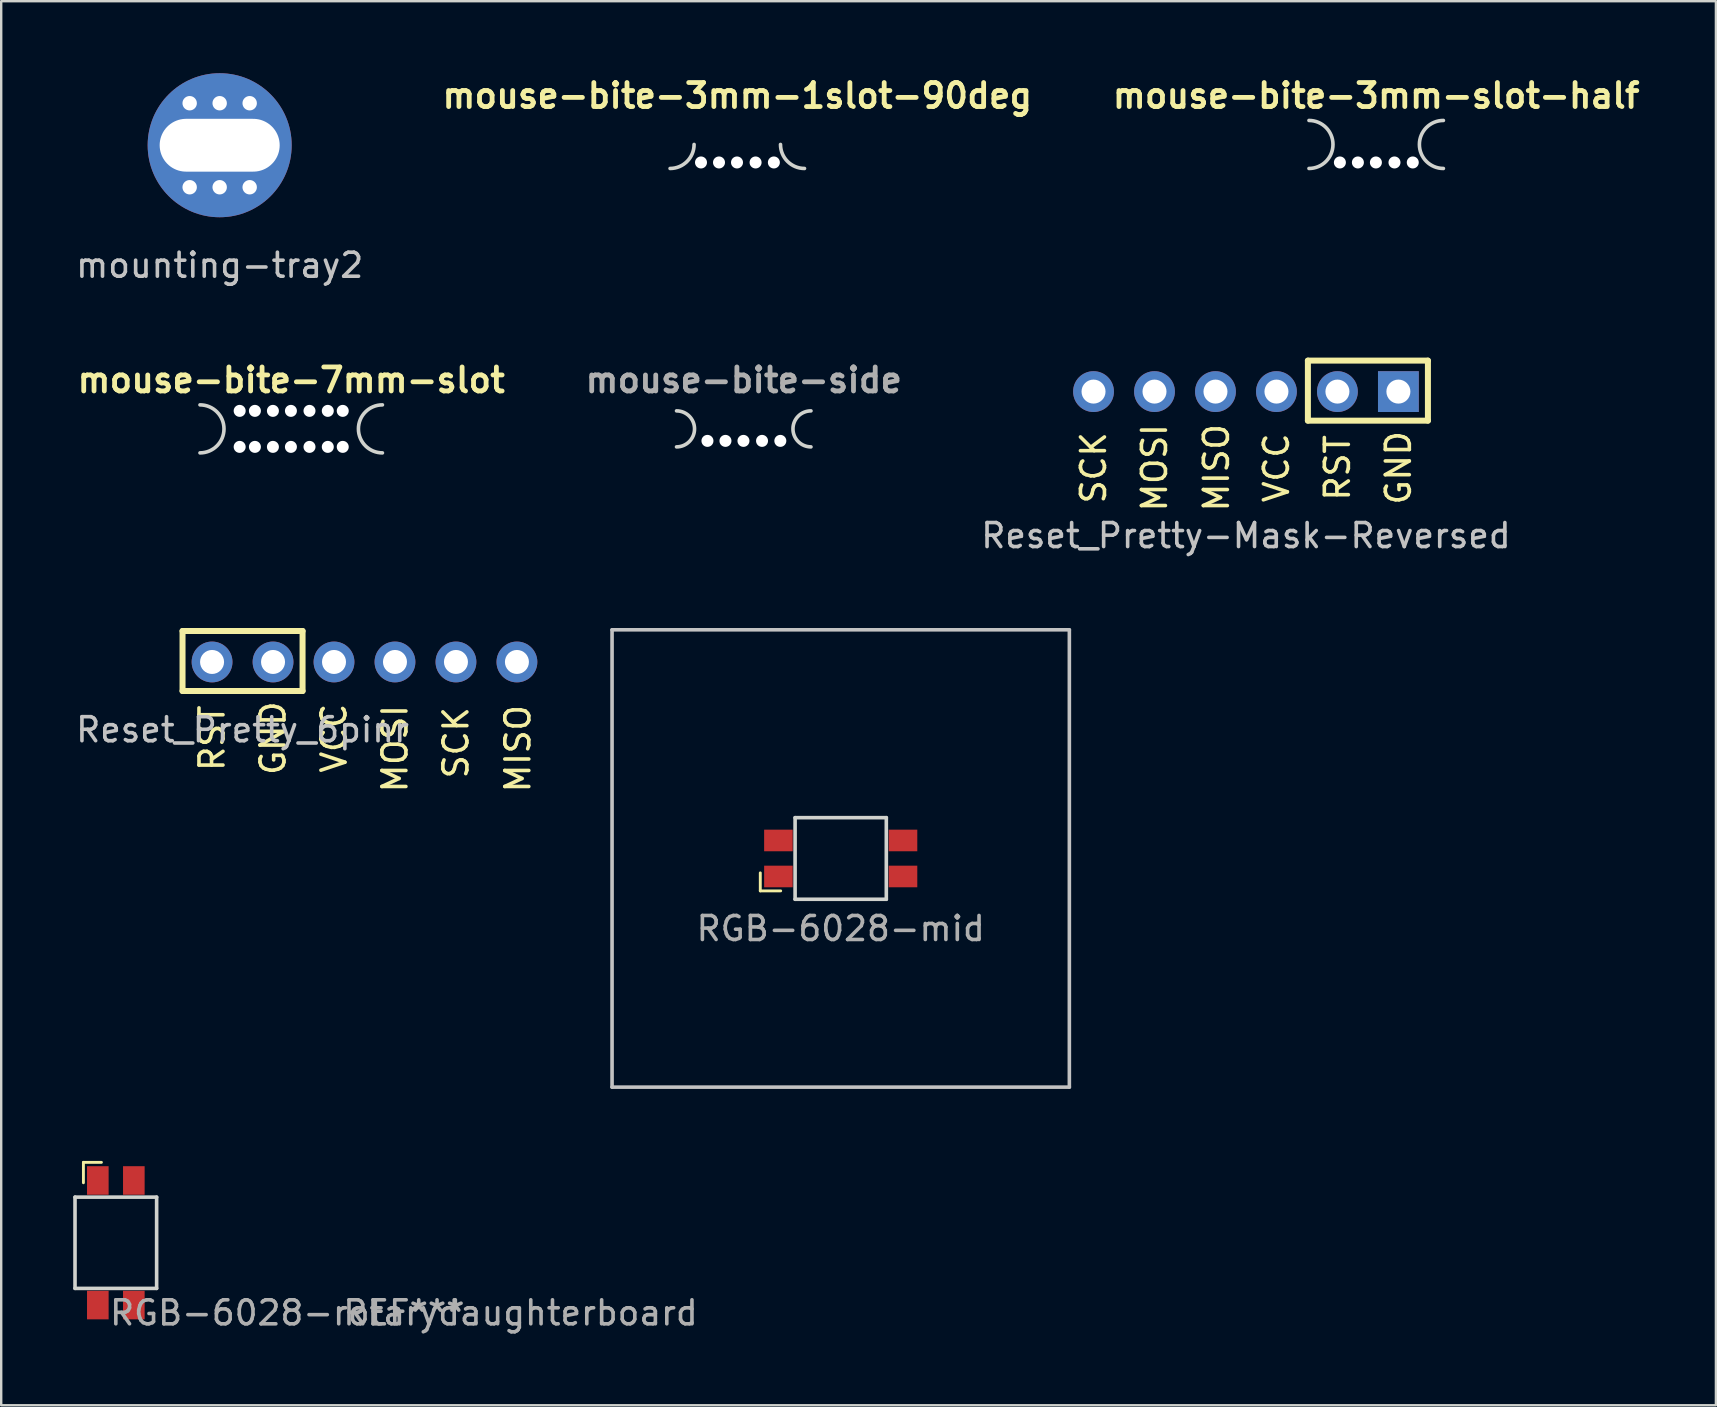
<source format=kicad_pcb>
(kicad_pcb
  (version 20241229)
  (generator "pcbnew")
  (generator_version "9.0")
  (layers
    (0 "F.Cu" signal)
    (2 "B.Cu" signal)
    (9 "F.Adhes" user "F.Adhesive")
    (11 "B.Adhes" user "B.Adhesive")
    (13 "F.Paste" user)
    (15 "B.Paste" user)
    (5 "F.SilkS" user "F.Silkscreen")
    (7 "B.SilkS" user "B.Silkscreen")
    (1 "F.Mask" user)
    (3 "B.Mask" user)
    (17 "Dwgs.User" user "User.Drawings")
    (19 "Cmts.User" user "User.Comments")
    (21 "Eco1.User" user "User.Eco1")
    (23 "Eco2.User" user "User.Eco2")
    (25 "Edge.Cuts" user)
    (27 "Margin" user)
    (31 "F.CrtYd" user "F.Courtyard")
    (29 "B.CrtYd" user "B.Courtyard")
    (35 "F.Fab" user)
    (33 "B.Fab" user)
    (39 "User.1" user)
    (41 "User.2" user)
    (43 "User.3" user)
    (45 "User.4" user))
  (footprint "Reset_Pretty-Mask-Reversed"
    (layer "F.Cu")
    (at 48.854 13.263)
    (property "Reference" "Reset_Pretty-Mask-Reversed" (at 0 6 0) (layer "Dwgs.User") (effects (font (size 1 1) (thickness 0.15))))
    (attr exclude_from_pos_files exclude_from_bom)
    (fp_line (start 2.58 -1.29) (end 7.58 -1.29) (stroke (width 0.25) (type solid)) (layer "F.SilkS"))
    (fp_line (start 2.58 1.21) (end 2.58 -1.29) (stroke (width 0.25) (type solid)) (layer "F.SilkS"))
    (fp_line (start 7.58 -1.29) (end 7.58 1.21) (stroke (width 0.25) (type solid)) (layer "F.SilkS"))
    (fp_line (start 7.58 1.21) (end 2.58 1.21) (stroke (width 0.25) (type solid)) (layer "F.SilkS"))
    (fp_text user "MOSI" (at -3.81 3.175 90) (layer "F.SilkS") (effects (font (size 1 1) (thickness 0.15))))
    (fp_text user "SCK" (at -6.35 3.175 90) (layer "F.SilkS") (effects (font (size 1 1) (thickness 0.15))))
    (fp_text user "GND" (at 6.35 3.175 90) (layer "F.SilkS") (effects (font (size 1 1) (thickness 0.15))))
    (fp_text user "VCC" (at 1.27 3.175 270) (layer "F.SilkS") (effects (font (size 1 1) (thickness 0.15))))
    (fp_text user "MISO" (at -1.23 3.175 90) (layer "F.SilkS") (effects (font (size 1 1) (thickness 0.15))))
    (fp_text user "RST" (at 3.81 3.175 90) (layer "F.SilkS") (effects (font (size 1 1) (thickness 0.15))))
    (pad "1" thru_hole circle (at -1.27 0 90) (size 1.7 1.7) (drill 1) (layers "*.Cu" "F.Mask"))
    (pad "2" thru_hole circle (at 1.27 0 270) (size 1.7 1.7) (drill 1) (layers "*.Cu" "F.Mask"))
    (pad "3" thru_hole circle (at -6.35 0 90) (size 1.7 1.7) (drill 1) (layers "*.Cu" "F.Mask"))
    (pad "4" thru_hole circle (at -3.81 0) (size 1.7 1.7) (drill 1) (layers "*.Cu" "F.Mask"))
    (pad "5" thru_hole circle (at 3.81 0) (size 1.7 1.7) (drill 1) (layers "*.Cu" "F.Mask"))
    (pad "6" thru_hole rect (at 6.35 0) (size 1.7 1.7) (drill 1) (layers "*.Cu" "F.Mask")))
  (footprint "mouse-bite-3mm-1slot-90deg"
    (layer "F.Cu")
    (at 27.664 2.968)
    (property "Reference" "mouse-bite-3mm-1slot-90deg" (at 0 -2.032 0) (layer "F.SilkS") (effects (font (size 1 1) (thickness 0.2))))
    (attr through_hole)
    (fp_arc (start -1.8 0) (mid -2.092893 0.707107) (end -2.8 1) (stroke (width 0.15) (type solid)) (layer "Edge.Cuts"))
    (fp_arc (start 2.8 1) (mid 2.092893 0.707107) (end 1.8 0) (stroke (width 0.15) (type solid)) (layer "Edge.Cuts"))
    (pad "" np_thru_hole circle (at -1.512 0.75) (size 0.5 0.5) (drill 0.5) (layers "*.Cu" "*.Mask"))
    (pad "" np_thru_hole circle (at -0.762 0.75) (size 0.5 0.5) (drill 0.5) (layers "*.Cu" "*.Mask"))
    (pad "" np_thru_hole circle (at -0.012 0.75) (size 0.5 0.5) (drill 0.5) (layers "*.Cu" "*.Mask"))
    (pad "" np_thru_hole circle (at 0.762 0.75) (size 0.5 0.5) (drill 0.5) (layers "*.Cu" "*.Mask"))
    (pad "" np_thru_hole circle (at 1.524 0.75) (size 0.5 0.5) (drill 0.5) (layers "*.Cu" "*.Mask")))
  (footprint "mouse-bite-7mm-slot"
    (layer "F.Cu")
    (at 9.081 14.816)
    (property "Reference" "mouse-bite-7mm-slot" (at 0 -2.032 0) (layer "F.SilkS") (effects (font (size 1 1) (thickness 0.2))))
    (attr through_hole)
    (fp_arc (start -3.8 -1) (mid -2.8 0) (end -3.8 1) (stroke (width 0.15) (type solid)) (layer "Edge.Cuts"))
    (fp_arc (start 3.8 1) (mid 2.8 0) (end 3.8 -1) (stroke (width 0.15) (type solid)) (layer "Edge.Cuts"))
    (pad "" np_thru_hole circle (at -2.147 -0.75) (size 0.5 0.5) (drill 0.5) (layers "*.Cu" "*.Mask"))
    (pad "" np_thru_hole circle (at -2.147 0.75) (size 0.5 0.5) (drill 0.5) (layers "*.Cu" "*.Mask"))
    (pad "" np_thru_hole circle (at -1.512 -0.75) (size 0.5 0.5) (drill 0.5) (layers "*.Cu" "*.Mask"))
    (pad "" np_thru_hole circle (at -1.512 0.75) (size 0.5 0.5) (drill 0.5) (layers "*.Cu" "*.Mask"))
    (pad "" np_thru_hole circle (at -0.762 -0.75) (size 0.5 0.5) (drill 0.5) (layers "*.Cu" "*.Mask"))
    (pad "" np_thru_hole circle (at -0.762 0.75) (size 0.5 0.5) (drill 0.5) (layers "*.Cu" "*.Mask"))
    (pad "" np_thru_hole circle (at -0.012 -0.75) (size 0.5 0.5) (drill 0.5) (layers "*.Cu" "*.Mask"))
    (pad "" np_thru_hole circle (at -0.012 0.75) (size 0.5 0.5) (drill 0.5) (layers "*.Cu" "*.Mask"))
    (pad "" np_thru_hole circle (at 0.762 -0.75) (size 0.5 0.5) (drill 0.5) (layers "*.Cu" "*.Mask"))
    (pad "" np_thru_hole circle (at 0.762 0.75) (size 0.5 0.5) (drill 0.5) (layers "*.Cu" "*.Mask"))
    (pad "" np_thru_hole circle (at 1.524 -0.75) (size 0.5 0.5) (drill 0.5) (layers "*.Cu" "*.Mask"))
    (pad "" np_thru_hole circle (at 1.524 0.75) (size 0.5 0.5) (drill 0.5) (layers "*.Cu" "*.Mask"))
    (pad "" np_thru_hole circle (at 2.147 -0.75 180) (size 0.5 0.5) (drill 0.5) (layers "*.Cu" "*.Mask"))
    (pad "" np_thru_hole circle (at 2.147 0.75 180) (size 0.5 0.5) (drill 0.5) (layers "*.Cu" "*.Mask")))
  (footprint "mouse-bite-3mm-slot-half"
    (layer "F.Cu")
    (at 54.279 2.968)
    (property "Reference" "mouse-bite-3mm-slot-half" (at 0 -2.032 0) (layer "F.SilkS") (effects (font (size 1 1) (thickness 0.2))))
    (attr through_hole)
    (fp_arc (start -2.8 -1) (mid -1.8 0) (end -2.8 1) (stroke (width 0.15) (type solid)) (layer "Edge.Cuts"))
    (fp_arc (start 2.8 1) (mid 1.8 0) (end 2.8 -1) (stroke (width 0.15) (type solid)) (layer "Edge.Cuts"))
    (pad "" np_thru_hole circle (at -1.512 0.75) (size 0.5 0.5) (drill 0.5) (layers "*.Cu" "*.Mask"))
    (pad "" np_thru_hole circle (at -0.762 0.75) (size 0.5 0.5) (drill 0.5) (layers "*.Cu" "*.Mask"))
    (pad "" np_thru_hole circle (at -0.012 0.75) (size 0.5 0.5) (drill 0.5) (layers "*.Cu" "*.Mask"))
    (pad "" np_thru_hole circle (at 0.762 0.75) (size 0.5 0.5) (drill 0.5) (layers "*.Cu" "*.Mask"))
    (pad "" np_thru_hole circle (at 1.524 0.75) (size 0.5 0.5) (drill 0.5) (layers "*.Cu" "*.Mask")))
  (footprint "RGB-6028-mid"
    (layer "F.Cu")
    (at 31.972 32.712)
    (property "Reference" "RGB-6028-mid" (at 0 2.92 180) (layer "F.Fab") (effects (font (size 1 1) (thickness 0.15))))
    (attr smd)
    (fp_line (start -3.35 1.35) (end -3.35 0.6) (stroke (width 0.12) (type solid)) (layer "F.SilkS"))
    (fp_line (start -2.5 1.35) (end -3.35 1.35) (stroke (width 0.12) (type solid)) (layer "F.SilkS"))
    (fp_line (start -9.525 -9.525) (end 9.525 -9.525) (stroke (width 0.15) (type solid)) (layer "Dwgs.User"))
    (fp_line (start -9.525 9.525) (end -9.525 -9.525) (stroke (width 0.15) (type solid)) (layer "Dwgs.User"))
    (fp_line (start 9.525 -9.525) (end 9.525 9.525) (stroke (width 0.15) (type solid)) (layer "Dwgs.User"))
    (fp_line (start 9.525 9.525) (end -9.525 9.525) (stroke (width 0.15) (type solid)) (layer "Dwgs.User"))
    (fp_line (start -1.9 -1.7) (end -1.9 1.7) (stroke (width 0.15) (type solid)) (layer "Edge.Cuts"))
    (fp_line (start 1.9 -1.7) (end -1.9 -1.7) (stroke (width 0.15) (type solid)) (layer "Edge.Cuts"))
    (fp_line (start 1.9 -1.7) (end 1.9 1.7) (stroke (width 0.15) (type solid)) (layer "Edge.Cuts"))
    (fp_line (start 1.9 1.7) (end -1.9 1.7) (stroke (width 0.15) (type solid)) (layer "Edge.Cuts"))
    (pad "1" smd rect (at 2.595 -0.75) (size 1.19 0.9) (layers "F.Cu" "F.Mask" "F.Paste"))
    (pad "2" smd rect (at 2.595 0.75) (size 1.19 0.9) (layers "F.Cu" "F.Mask" "F.Paste"))
    (pad "3" smd rect (at -2.595 0.75) (size 1.19 0.9) (layers "F.Cu" "F.Mask" "F.Paste"))
    (pad "4" smd rect (at -2.595 -0.75) (size 1.19 0.9) (layers "F.Cu" "F.Mask" "F.Paste")))
  (footprint "mouse-bite-side"
    (layer "F.Cu")
    (at 27.933 14.816)
    (property "Reference" "mouse-bite-side" (at 0 -2.032 0) (layer "F.Fab") (effects (font (size 1 1) (thickness 0.2))))
    (attr through_hole)
    (fp_arc (start -2.8 -0.75) (mid -2.05 0) (end -2.8 0.75) (stroke (width 0.15) (type solid)) (layer "Edge.Cuts"))
    (fp_arc (start 2.8 0.75) (mid 2.05 0) (end 2.8 -0.75) (stroke (width 0.15) (type solid)) (layer "Edge.Cuts"))
    (pad "" np_thru_hole circle (at -1.512 0.5) (size 0.5 0.5) (drill 0.5) (layers "*.Cu" "*.Mask"))
    (pad "" np_thru_hole circle (at -0.762 0.5) (size 0.5 0.5) (drill 0.5) (layers "*.Cu" "*.Mask"))
    (pad "" np_thru_hole circle (at -0.012 0.5) (size 0.5 0.5) (drill 0.5) (layers "*.Cu" "*.Mask"))
    (pad "" np_thru_hole circle (at 0.762 0.5) (size 0.5 0.5) (drill 0.5) (layers "*.Cu" "*.Mask"))
    (pad "" np_thru_hole circle (at 1.524 0.5) (size 0.5 0.5) (drill 0.5) (layers "*.Cu" "*.Mask")))
  (footprint "RGB-6028-rotarydaughterboard"
    (layer "F.Cu")
    (at 13.775 48.721)
    (property "Reference" "RGB-6028-rotarydaughterboard" (at 0 2.92 180) (layer "F.Fab") (effects (font (size 1 1) (thickness 0.15))))
    (attr smd)
    (fp_line (start -13.35 -3.35) (end -12.6 -3.35) (stroke (width 0.12) (type solid)) (layer "F.SilkS"))
    (fp_line (start -13.35 -2.5) (end -13.35 -3.35) (stroke (width 0.12) (type solid)) (layer "F.SilkS"))
    (fp_line (start -13.7 1.9) (end -13.7 -1.9) (stroke (width 0.15) (type solid)) (layer "Edge.Cuts"))
    (fp_line (start -10.3 -1.9) (end -13.7 -1.9) (stroke (width 0.15) (type solid)) (layer "Edge.Cuts"))
    (fp_line (start -10.3 1.9) (end -13.7 1.9) (stroke (width 0.15) (type solid)) (layer "Edge.Cuts"))
    (fp_line (start -10.3 1.9) (end -10.3 -1.9) (stroke (width 0.15) (type solid)) (layer "Edge.Cuts"))
    (fp_text user "REF***" (at 0 2.92 180) (layer "F.Fab") (effects (font (size 1 1) (thickness 0.15))))
    (pad "1" smd rect (at -11.25 2.595 270) (size 1.19 0.9) (layers "F.Cu" "F.Mask" "F.Paste"))
    (pad "2" smd rect (at -12.75 2.595 270) (size 1.19 0.9) (layers "F.Cu" "F.Mask" "F.Paste"))
    (pad "3" smd rect (at -12.75 -2.595 270) (size 1.19 0.9) (layers "F.Cu" "F.Mask" "F.Paste"))
    (pad "4" smd rect (at -11.25 -2.595 270) (size 1.19 0.9) (layers "F.Cu" "F.Mask" "F.Paste")))
  (footprint "Reset_Pretty_6pinr"
    (layer "F.Cu")
    (at 12.134 24.526)
    (property "Reference" "Reset_Pretty_6pinr" (at -5.08 2.825 0) (layer "Dwgs.User") (effects (font (size 1 1) (thickness 0.15))))
    (attr exclude_from_pos_files exclude_from_bom)
    (fp_line (start -7.58 -1.29) (end -2.58 -1.29) (stroke (width 0.25) (type solid)) (layer "F.SilkS"))
    (fp_line (start -7.58 1.21) (end -7.58 -1.29) (stroke (width 0.25) (type solid)) (layer "F.SilkS"))
    (fp_line (start -2.58 -1.29) (end -2.58 1.21) (stroke (width 0.25) (type solid)) (layer "F.SilkS"))
    (fp_line (start -2.58 1.21) (end -7.58 1.21) (stroke (width 0.25) (type solid)) (layer "F.SilkS"))
    (fp_text user "MOSI" (at 1.27 3.615 270) (layer "F.SilkS") (effects (font (size 1 1) (thickness 0.15))))
    (fp_text user "GND" (at -3.81 3.175 270) (layer "F.SilkS") (effects (font (size 1 1) (thickness 0.15))))
    (fp_text user "MISO" (at 6.39 3.615 90) (layer "F.SilkS") (effects (font (size 1 1) (thickness 0.15))))
    (fp_text user "SCK" (at 3.81 3.365 90) (layer "F.SilkS") (effects (font (size 1 1) (thickness 0.15))))
    (fp_text user "VCC" (at -1.27 3.175 90) (layer "F.SilkS") (effects (font (size 1 1) (thickness 0.15))))
    (fp_text user "RST" (at -6.35 3.175 90) (layer "F.SilkS") (effects (font (size 1 1) (thickness 0.15))))
    (pad "1" thru_hole circle (at 6.35 0 90) (size 1.7 1.7) (drill 1) (layers "*.Cu" "*.Mask"))
    (pad "2" thru_hole circle (at 3.81 0 270) (size 1.7 1.7) (drill 1) (layers "*.Cu" "*.Mask"))
    (pad "3" thru_hole circle (at 1.27 0 90) (size 1.7 1.7) (drill 1) (layers "*.Cu" "*.Mask"))
    (pad "4" thru_hole circle (at -1.27 0) (size 1.7 1.7) (drill 1) (layers "*.Cu" "*.Mask"))
    (pad "5" thru_hole circle (at -6.35 0) (size 1.7 1.7) (drill 1) (layers "*.Cu" "*.Mask"))
    (pad "6" thru_hole circle (at -3.81 0) (size 1.7 1.7) (drill 1) (layers "*.Cu" "*.Mask")))
  (footprint "mounting-tray2"
    (layer "F.Cu")
    (at 6.101 3)
    (property "Reference" "mounting-tray2" (at 0 5 0) (layer "Dwgs.User") (effects (font (size 1 1) (thickness 0.15))))
    (attr through_hole)
    (pad "1" thru_hole circle (at -1.25 -1.75) (size 1 1) (drill 0.6) (layers "*.Cu" "*.Mask"))
    (pad "1" thru_hole circle (at -1.25 1.75) (size 1 1) (drill 0.6) (layers "*.Cu" "*.Mask"))
    (pad "1" thru_hole circle (at 0 -1.75) (size 1 1) (drill 0.6) (layers "*.Cu" "*.Mask"))
    (pad "1" thru_hole circle (at 0 0) (size 6 6) (drill oval 5 2.2) (layers "*.Cu" "*.Mask"))
    (pad "1" thru_hole circle (at 0 1.75) (size 1 1) (drill 0.6) (layers "*.Cu" "*.Mask"))
    (pad "1" thru_hole circle (at 1.25 -1.75) (size 1 1) (drill 0.6) (layers "*.Cu" "*.Mask"))
    (pad "1" thru_hole circle (at 1.25 1.75) (size 1 1) (drill 0.6) (layers "*.Cu" "*.Mask")))
  (gr_rect
    (start -3 -3)
    (end 68.431 55.49)
    (stroke (width 0.1) (type default))
    (fill no)
    (layer "Edge.Cuts")))
</source>
